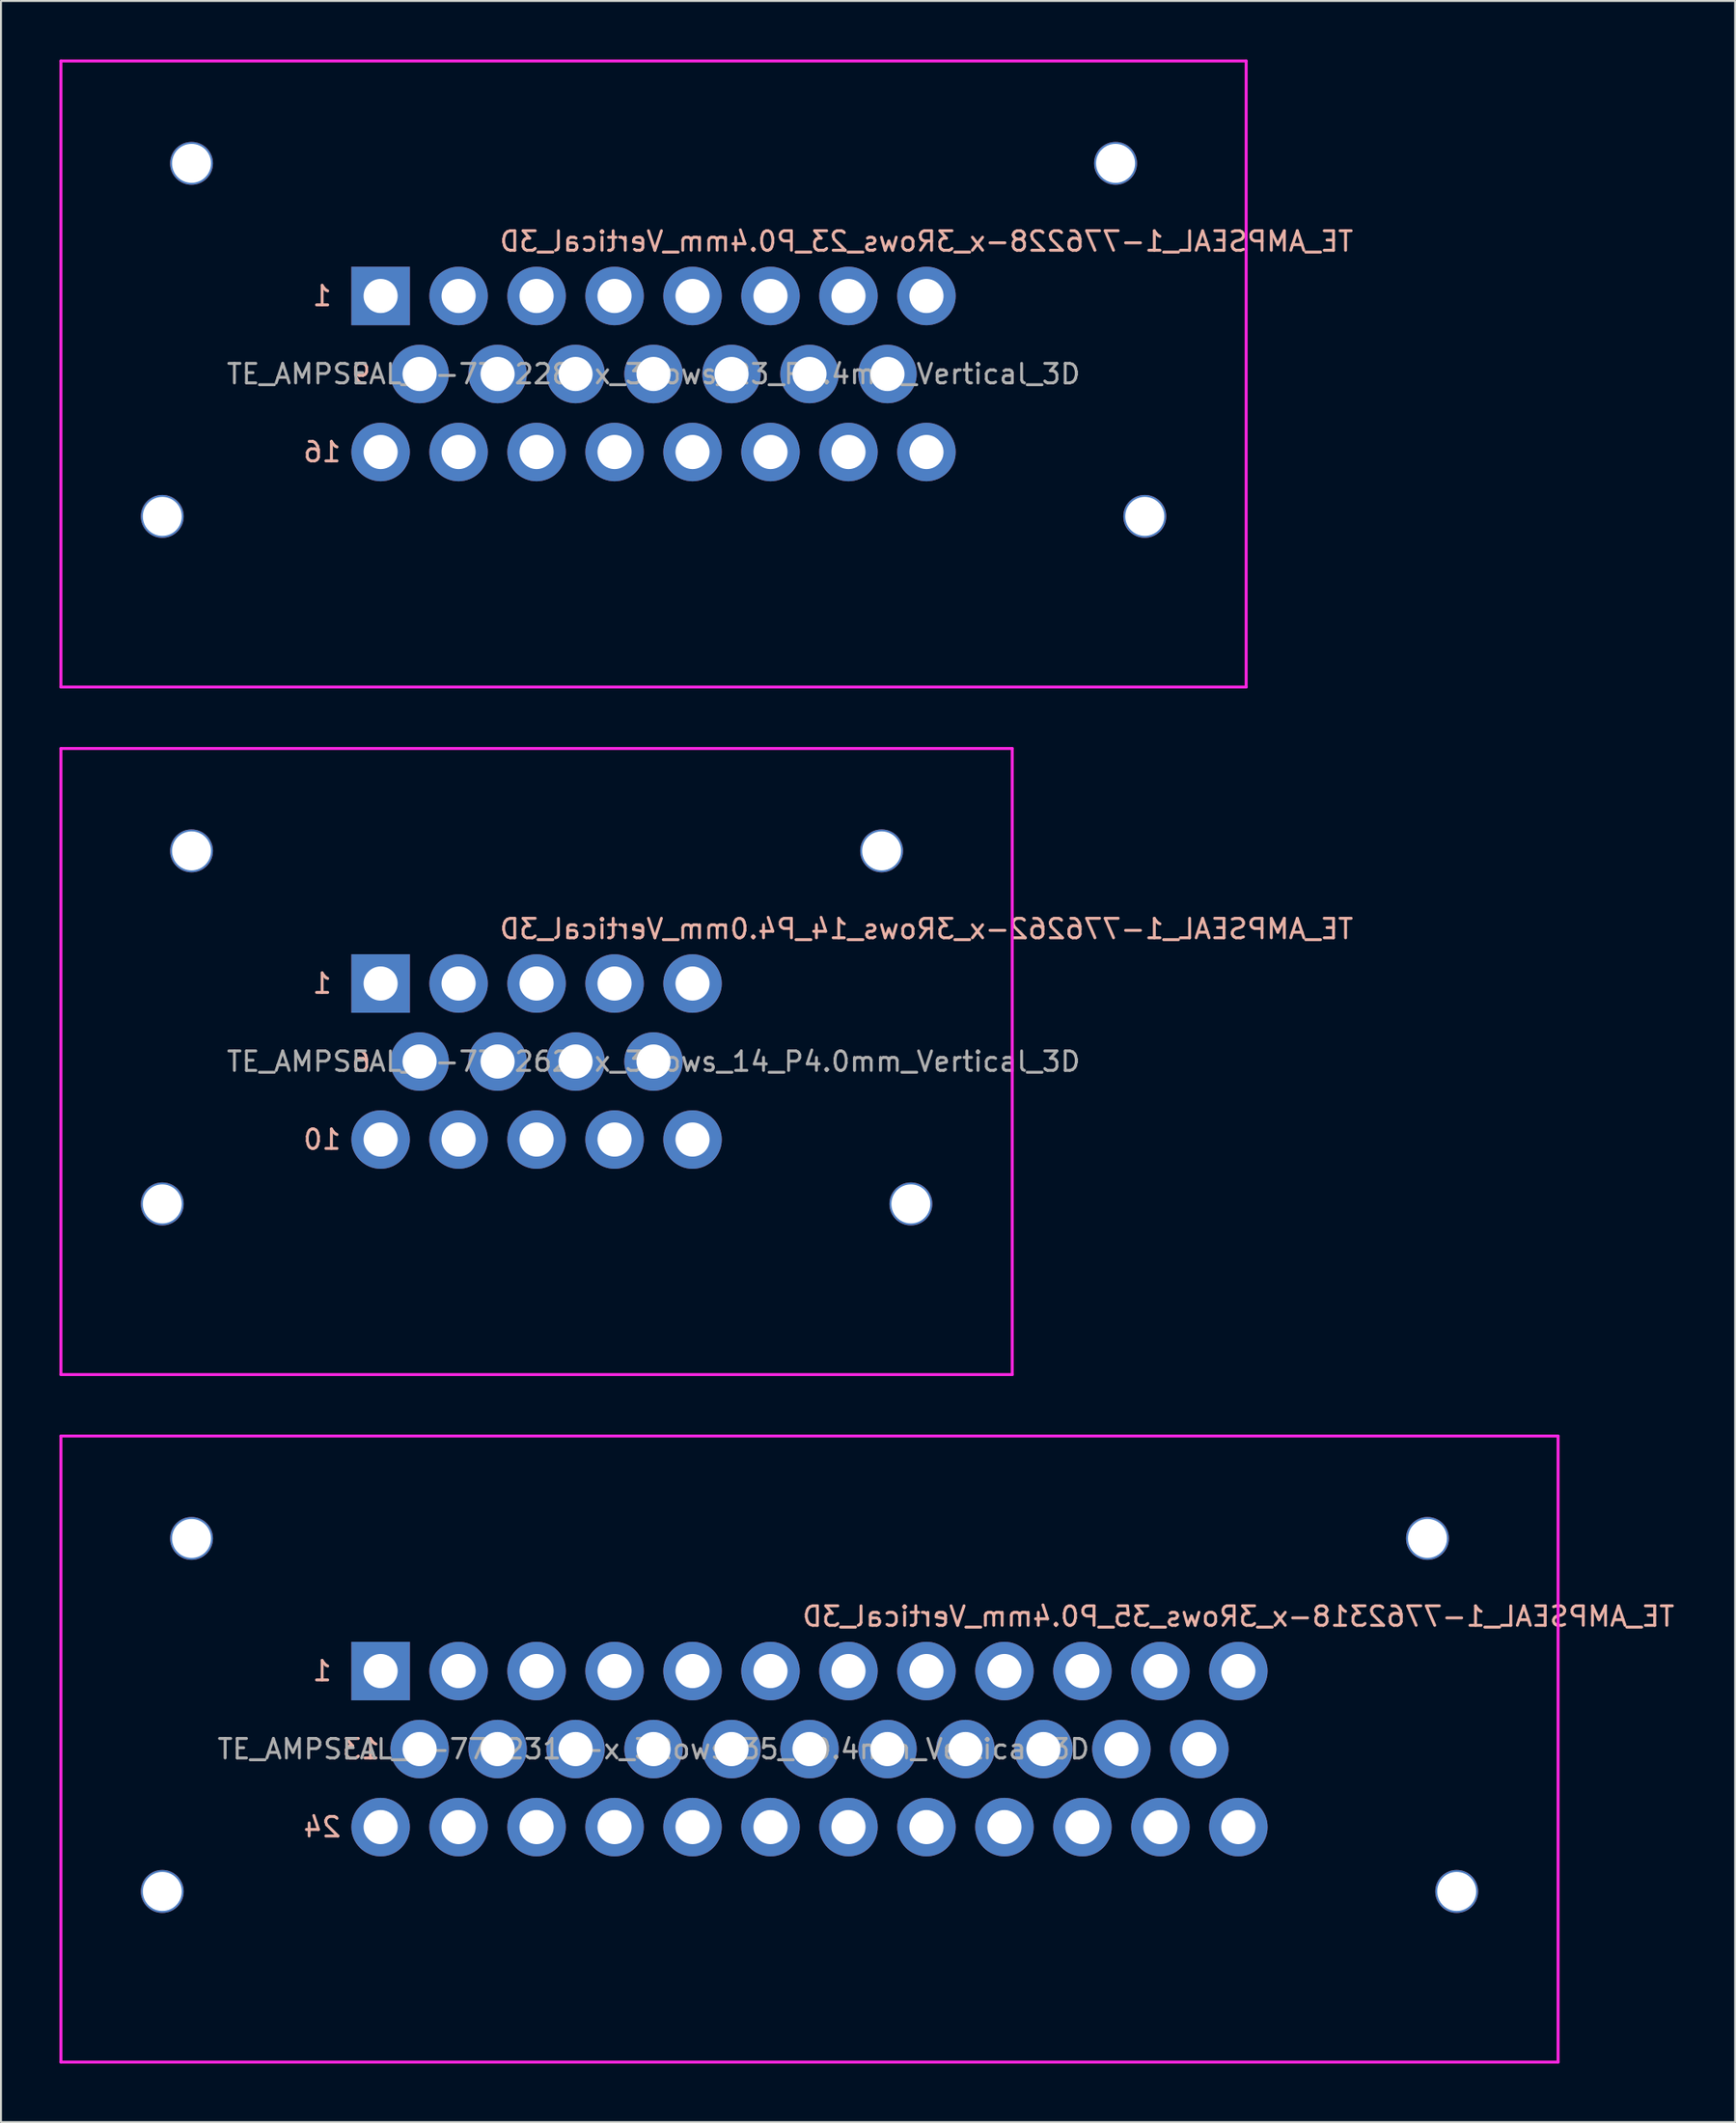
<source format=kicad_pcb>
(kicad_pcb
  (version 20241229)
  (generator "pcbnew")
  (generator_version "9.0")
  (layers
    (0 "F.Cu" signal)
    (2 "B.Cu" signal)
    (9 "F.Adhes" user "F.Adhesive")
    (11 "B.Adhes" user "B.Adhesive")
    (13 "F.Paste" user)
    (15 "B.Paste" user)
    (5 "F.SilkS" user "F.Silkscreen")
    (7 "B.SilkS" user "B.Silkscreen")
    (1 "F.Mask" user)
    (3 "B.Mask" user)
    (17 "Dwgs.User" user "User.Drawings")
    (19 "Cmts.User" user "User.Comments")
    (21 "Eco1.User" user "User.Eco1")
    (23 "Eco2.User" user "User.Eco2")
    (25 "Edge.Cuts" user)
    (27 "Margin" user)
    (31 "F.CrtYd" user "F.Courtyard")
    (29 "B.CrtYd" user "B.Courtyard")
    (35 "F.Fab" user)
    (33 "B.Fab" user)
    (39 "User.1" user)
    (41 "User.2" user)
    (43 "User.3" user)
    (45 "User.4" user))
  (footprint "TE_AMPSEAL_1-7762318-x_3Rows_35_P0.4mm_Vertical_3D"
    (layer "F.Cu")
    (at 38.475 86.625)
    (property "Reference" "TE_AMPSEAL_1-7762318-x_3Rows_35_P0.4mm_Vertical_3D" (at 22 -6.8 0) (layer "B.SilkS") (effects (font (size 1 1) (thickness 0.15)) (justify mirror)))
    (attr through_hole)
    (fp_line (start -38.4 -16.05) (end 38.4 -16.05) (stroke (width 0.15) (type solid)) (layer "F.CrtYd"))
    (fp_line (start -38.4 16.05) (end -38.4 -16.05) (stroke (width 0.15) (type solid)) (layer "F.CrtYd"))
    (fp_line (start -38.4 16.05) (end 38.4 16.05) (stroke (width 0.15) (type solid)) (layer "F.CrtYd"))
    (fp_line (start 38.4 16.05) (end 38.4 -16.05) (stroke (width 0.15) (type solid)) (layer "F.CrtYd"))
    (fp_text user "1" (at -25 -4 0) (layer "B.SilkS") (effects (font (size 1 1) (thickness 0.15)) (justify mirror)))
    (fp_text user "13" (at -23 0 0) (layer "B.SilkS") (effects (font (size 1 1) (thickness 0.15)) (justify mirror)))
    (fp_text user "24" (at -25 4 0) (layer "B.SilkS") (effects (font (size 1 1) (thickness 0.15)) (justify mirror)))
    (fp_text user "${REFERENCE}" (at -8 0 0) (layer "F.Fab") (effects (font (size 1 1) (thickness 0.15))))
    (pad "" np_thru_hole circle (at -33.2 7.3) (size 2.2 2.2) (drill 2) (layers "*.Cu" "*.Mask"))
    (pad "" np_thru_hole circle (at -31.7 -10.8) (size 2.2 2.2) (drill 2) (layers "*.Cu" "*.Mask"))
    (pad "" np_thru_hole circle (at 31.7 -10.8) (size 2.2 2.2) (drill 2) (layers "*.Cu" "*.Mask"))
    (pad "" np_thru_hole circle (at 33.2 7.3) (size 2.2 2.2) (drill 2) (layers "*.Cu" "*.Mask"))
    (pad "1" thru_hole rect (at -22 -4) (size 3 3) (drill 1.75) (layers "*.Cu" "*.Mask"))
    (pad "2" thru_hole circle (at -18 -4) (size 3 3) (drill 1.75) (layers "*.Cu" "*.Mask"))
    (pad "3" thru_hole circle (at -14 -4) (size 3 3) (drill 1.75) (layers "*.Cu" "*.Mask"))
    (pad "4" thru_hole circle (at -10 -4) (size 3 3) (drill 1.75) (layers "*.Cu" "*.Mask"))
    (pad "5" thru_hole circle (at -6 -4) (size 3 3) (drill 1.75) (layers "*.Cu" "*.Mask"))
    (pad "6" thru_hole circle (at -2 -4) (size 3 3) (drill 1.75) (layers "*.Cu" "*.Mask"))
    (pad "7" thru_hole circle (at 2 -4) (size 3 3) (drill 1.75) (layers "*.Cu" "*.Mask"))
    (pad "8" thru_hole circle (at 6 -4) (size 3 3) (drill 1.75) (layers "*.Cu" "*.Mask"))
    (pad "9" thru_hole circle (at 10 -4) (size 3 3) (drill 1.75) (layers "*.Cu" "*.Mask"))
    (pad "10" thru_hole circle (at 14 -4) (size 3 3) (drill 1.75) (layers "*.Cu" "*.Mask"))
    (pad "11" thru_hole circle (at 18 -4) (size 3 3) (drill 1.75) (layers "*.Cu" "*.Mask"))
    (pad "12" thru_hole circle (at 22 -4) (size 3 3) (drill 1.75) (layers "*.Cu" "*.Mask"))
    (pad "13" thru_hole circle (at -20 0) (size 3 3) (drill 1.75) (layers "*.Cu" "*.Mask"))
    (pad "14" thru_hole circle (at -16 0) (size 3 3) (drill 1.75) (layers "*.Cu" "*.Mask"))
    (pad "15" thru_hole circle (at -12 0) (size 3 3) (drill 1.75) (layers "*.Cu" "*.Mask"))
    (pad "16" thru_hole circle (at -8 0) (size 3 3) (drill 1.75) (layers "*.Cu" "*.Mask"))
    (pad "17" thru_hole circle (at -4 0) (size 3 3) (drill 1.75) (layers "*.Cu" "*.Mask"))
    (pad "18" thru_hole circle (at 0 0) (size 3 3) (drill 1.75) (layers "*.Cu" "*.Mask"))
    (pad "19" thru_hole circle (at 4 0) (size 3 3) (drill 1.75) (layers "*.Cu" "*.Mask"))
    (pad "20" thru_hole circle (at 8 0) (size 3 3) (drill 1.75) (layers "*.Cu" "*.Mask"))
    (pad "21" thru_hole circle (at 12 0) (size 3 3) (drill 1.75) (layers "*.Cu" "*.Mask"))
    (pad "22" thru_hole circle (at 16 0) (size 3 3) (drill 1.75) (layers "*.Cu" "*.Mask"))
    (pad "23" thru_hole circle (at 20 0) (size 3 3) (drill 1.75) (layers "*.Cu" "*.Mask"))
    (pad "24" thru_hole circle (at -22 4) (size 3 3) (drill 1.75) (layers "*.Cu" "*.Mask"))
    (pad "25" thru_hole circle (at -18 4) (size 3 3) (drill 1.75) (layers "*.Cu" "*.Mask"))
    (pad "26" thru_hole circle (at -14 4) (size 3 3) (drill 1.75) (layers "*.Cu" "*.Mask"))
    (pad "27" thru_hole circle (at -10 4) (size 3 3) (drill 1.75) (layers "*.Cu" "*.Mask"))
    (pad "28" thru_hole circle (at -6 4) (size 3 3) (drill 1.75) (layers "*.Cu" "*.Mask"))
    (pad "29" thru_hole circle (at -2 4) (size 3 3) (drill 1.75) (layers "*.Cu" "*.Mask"))
    (pad "30" thru_hole circle (at 2 4) (size 3 3) (drill 1.75) (layers "*.Cu" "*.Mask"))
    (pad "31" thru_hole circle (at 6 4) (size 3 3) (drill 1.75) (layers "*.Cu" "*.Mask"))
    (pad "32" thru_hole circle (at 10 4) (size 3 3) (drill 1.75) (layers "*.Cu" "*.Mask"))
    (pad "33" thru_hole circle (at 14 4) (size 3 3) (drill 1.75) (layers "*.Cu" "*.Mask"))
    (pad "34" thru_hole circle (at 18 4) (size 3 3) (drill 1.75) (layers "*.Cu" "*.Mask"))
    (pad "35" thru_hole circle (at 22 4) (size 3 3) (drill 1.75) (layers "*.Cu" "*.Mask")))
  (footprint "TE_AMPSEAL_1-776228-x_3Rows_23_P0.4mm_Vertical_3D"
    (layer "F.Cu")
    (at 30.475 16.125)
    (property "Reference" "TE_AMPSEAL_1-776228-x_3Rows_23_P0.4mm_Vertical_3D" (at 14 -6.8 0) (layer "B.SilkS") (effects (font (size 1 1) (thickness 0.15)) (justify mirror)))
    (attr through_hole)
    (fp_line (start -30.4 -16.05) (end 30.4 -16.05) (stroke (width 0.15) (type solid)) (layer "F.CrtYd"))
    (fp_line (start -30.4 16.05) (end -30.4 -16.05) (stroke (width 0.15) (type solid)) (layer "F.CrtYd"))
    (fp_line (start -30.4 16.05) (end 30.4 16.05) (stroke (width 0.15) (type solid)) (layer "F.CrtYd"))
    (fp_line (start 30.4 16.05) (end 30.4 -16.05) (stroke (width 0.15) (type solid)) (layer "F.CrtYd"))
    (fp_text user "16" (at -17 4 0) (layer "B.SilkS") (effects (font (size 1 1) (thickness 0.15)) (justify mirror)))
    (fp_text user "1" (at -17 -4 0) (layer "B.SilkS") (effects (font (size 1 1) (thickness 0.15)) (justify mirror)))
    (fp_text user "9" (at -15 0 0) (layer "B.SilkS") (effects (font (size 1 1) (thickness 0.15)) (justify mirror)))
    (fp_text user "${REFERENCE}" (at 0 0 0) (layer "F.Fab") (effects (font (size 1 1) (thickness 0.15))))
    (pad "" np_thru_hole circle (at -25.2 7.3) (size 2.2 2.2) (drill 2) (layers "*.Cu" "*.Mask"))
    (pad "" np_thru_hole circle (at -23.7 -10.8) (size 2.2 2.2) (drill 2) (layers "*.Cu" "*.Mask"))
    (pad "" np_thru_hole circle (at 23.7 -10.8) (size 2.2 2.2) (drill 2) (layers "*.Cu" "*.Mask"))
    (pad "" np_thru_hole circle (at 25.2 7.3) (size 2.2 2.2) (drill 2) (layers "*.Cu" "*.Mask"))
    (pad "1" thru_hole rect (at -14 -4) (size 3 3) (drill 1.75) (layers "*.Cu" "*.Mask"))
    (pad "2" thru_hole circle (at -10 -4) (size 3 3) (drill 1.75) (layers "*.Cu" "*.Mask"))
    (pad "3" thru_hole circle (at -6 -4) (size 3 3) (drill 1.75) (layers "*.Cu" "*.Mask"))
    (pad "4" thru_hole circle (at -2 -4) (size 3 3) (drill 1.75) (layers "*.Cu" "*.Mask"))
    (pad "5" thru_hole circle (at 2 -4) (size 3 3) (drill 1.75) (layers "*.Cu" "*.Mask"))
    (pad "6" thru_hole circle (at 6 -4) (size 3 3) (drill 1.75) (layers "*.Cu" "*.Mask"))
    (pad "7" thru_hole circle (at 10 -4) (size 3 3) (drill 1.75) (layers "*.Cu" "*.Mask"))
    (pad "8" thru_hole circle (at 14 -4) (size 3 3) (drill 1.75) (layers "*.Cu" "*.Mask"))
    (pad "9" thru_hole circle (at -12 0) (size 3 3) (drill 1.75) (layers "*.Cu" "*.Mask"))
    (pad "10" thru_hole circle (at -8 0) (size 3 3) (drill 1.75) (layers "*.Cu" "*.Mask"))
    (pad "11" thru_hole circle (at -4 0) (size 3 3) (drill 1.75) (layers "*.Cu" "*.Mask"))
    (pad "12" thru_hole circle (at 0 0) (size 3 3) (drill 1.75) (layers "*.Cu" "*.Mask"))
    (pad "13" thru_hole circle (at 4 0) (size 3 3) (drill 1.75) (layers "*.Cu" "*.Mask"))
    (pad "14" thru_hole circle (at 8 0) (size 3 3) (drill 1.75) (layers "*.Cu" "*.Mask"))
    (pad "15" thru_hole circle (at 12 0) (size 3 3) (drill 1.75) (layers "*.Cu" "*.Mask"))
    (pad "16" thru_hole circle (at -14 4) (size 3 3) (drill 1.75) (layers "*.Cu" "*.Mask"))
    (pad "17" thru_hole circle (at -10 4) (size 3 3) (drill 1.75) (layers "*.Cu" "*.Mask"))
    (pad "18" thru_hole circle (at -6 4) (size 3 3) (drill 1.75) (layers "*.Cu" "*.Mask"))
    (pad "19" thru_hole circle (at -2 4) (size 3 3) (drill 1.75) (layers "*.Cu" "*.Mask"))
    (pad "20" thru_hole circle (at 2 4) (size 3 3) (drill 1.75) (layers "*.Cu" "*.Mask"))
    (pad "21" thru_hole circle (at 6 4) (size 3 3) (drill 1.75) (layers "*.Cu" "*.Mask"))
    (pad "22" thru_hole circle (at 10 4) (size 3 3) (drill 1.75) (layers "*.Cu" "*.Mask"))
    (pad "23" thru_hole circle (at 14 4) (size 3 3) (drill 1.75) (layers "*.Cu" "*.Mask")))
  (footprint "TE_AMPSEAL_1-776262-x_3Rows_14_P4.0mm_Vertical_3D"
    (layer "F.Cu")
    (at 24.475 51.375)
    (property "Reference" "TE_AMPSEAL_1-776262-x_3Rows_14_P4.0mm_Vertical_3D" (at 20 -6.8 0) (layer "B.SilkS") (effects (font (size 1 1) (thickness 0.15)) (justify mirror)))
    (attr through_hole)
    (fp_line (start -24.4 -16.05) (end 24.4 -16.05) (stroke (width 0.15) (type solid)) (layer "F.CrtYd"))
    (fp_line (start -24.4 16.05) (end -24.4 -16.05) (stroke (width 0.15) (type solid)) (layer "F.CrtYd"))
    (fp_line (start -24.4 16.05) (end 24.4 16.05) (stroke (width 0.15) (type solid)) (layer "F.CrtYd"))
    (fp_line (start 24.4 16.05) (end 24.4 -16.05) (stroke (width 0.15) (type solid)) (layer "F.CrtYd"))
    (fp_text user "1" (at -11 -4 0) (layer "B.SilkS") (effects (font (size 1 1) (thickness 0.15)) (justify mirror)))
    (fp_text user "6" (at -9 0 0) (layer "B.SilkS") (effects (font (size 1 1) (thickness 0.15)) (justify mirror)))
    (fp_text user "10" (at -11 4 0) (layer "B.SilkS") (effects (font (size 1 1) (thickness 0.15)) (justify mirror)))
    (fp_text user "${REFERENCE}" (at 6 0 0) (layer "F.Fab") (effects (font (size 1 1) (thickness 0.15))))
    (pad "" np_thru_hole circle (at -19.2 7.3) (size 2.2 2.2) (drill 2) (layers "*.Cu" "*.Mask"))
    (pad "" np_thru_hole circle (at -17.7 -10.8) (size 2.2 2.2) (drill 2) (layers "*.Cu" "*.Mask"))
    (pad "" np_thru_hole circle (at 17.7 -10.8) (size 2.2 2.2) (drill 2) (layers "*.Cu" "*.Mask"))
    (pad "" np_thru_hole circle (at 19.2 7.3) (size 2.2 2.2) (drill 2) (layers "*.Cu" "*.Mask"))
    (pad "1" thru_hole rect (at -8 -4) (size 3 3) (drill 1.75) (layers "*.Cu" "*.Mask"))
    (pad "2" thru_hole circle (at -4 -4) (size 3 3) (drill 1.75) (layers "*.Cu" "*.Mask"))
    (pad "3" thru_hole circle (at 0 -4) (size 3 3) (drill 1.75) (layers "*.Cu" "*.Mask"))
    (pad "4" thru_hole circle (at 4 -4) (size 3 3) (drill 1.75) (layers "*.Cu" "*.Mask"))
    (pad "5" thru_hole circle (at 8 -4) (size 3 3) (drill 1.75) (layers "*.Cu" "*.Mask"))
    (pad "6" thru_hole circle (at -6 0) (size 3 3) (drill 1.75) (layers "*.Cu" "*.Mask"))
    (pad "7" thru_hole circle (at -2 0) (size 3 3) (drill 1.75) (layers "*.Cu" "*.Mask"))
    (pad "8" thru_hole circle (at 2 0) (size 3 3) (drill 1.75) (layers "*.Cu" "*.Mask"))
    (pad "9" thru_hole circle (at 6 0) (size 3 3) (drill 1.75) (layers "*.Cu" "*.Mask"))
    (pad "10" thru_hole circle (at -8 4) (size 3 3) (drill 1.75) (layers "*.Cu" "*.Mask"))
    (pad "11" thru_hole circle (at -4 4) (size 3 3) (drill 1.75) (layers "*.Cu" "*.Mask"))
    (pad "12" thru_hole circle (at 0 4) (size 3 3) (drill 1.75) (layers "*.Cu" "*.Mask"))
    (pad "13" thru_hole circle (at 4 4) (size 3 3) (drill 1.75) (layers "*.Cu" "*.Mask"))
    (pad "14" thru_hole circle (at 8 4) (size 3 3) (drill 1.75) (layers "*.Cu" "*.Mask")))
  (gr_rect
    (start -3 -3)
    (end 85.957 105.75)
    (stroke (width 0.1) (type default))
    (fill no)
    (layer "Edge.Cuts")))
</source>
